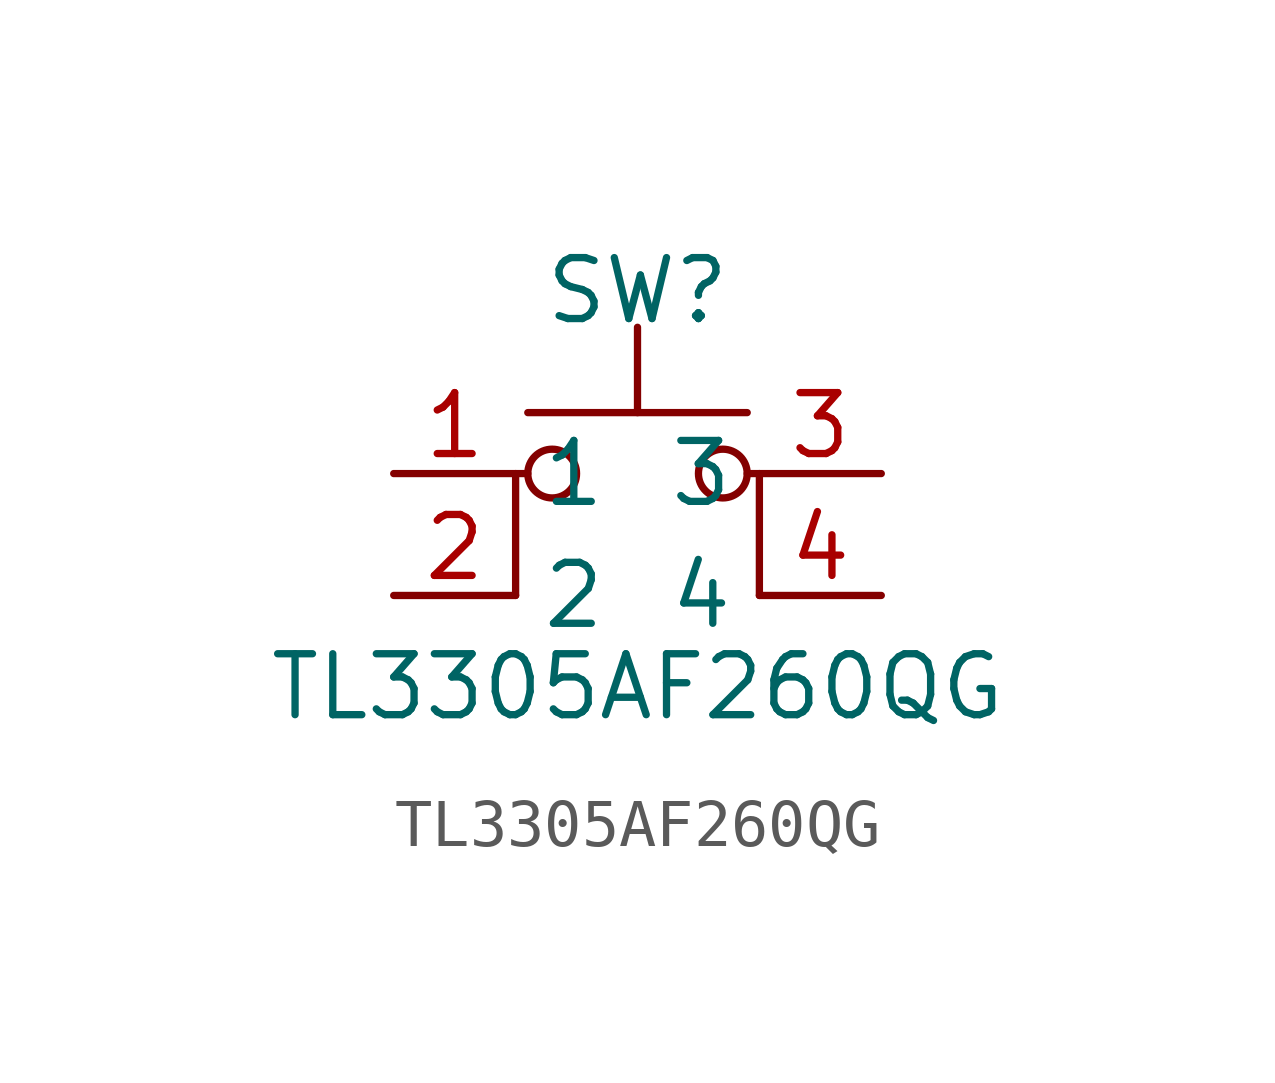
<source format=kicad_sym>
(kicad_symbol_lib
  (version 20220914)
  (generator kicad_symbol_editor)
  (symbol "TL3305AF260QG"
    (property "Reference" "SW"
      (at 0 5.08 0)
      (effects (font (size 1.27 1.27))))
    (property "Value" "TL3305AF260QG"
      (at 0 -3.175 0)
      (effects (font (size 1.27 1.27))))
    (symbol "TL3305AF260QG_0_1"
      (circle (center -1.778 1.27) (radius 0.508) (stroke (width 0) (type default)) (fill (type none)))
      (polyline (pts (xy -2.286 2.54) (xy 2.286 2.54)) (stroke (width 0) (type default)) (fill (type none)))
      (polyline (pts (xy 0 2.54) (xy 0 4.318)) (stroke (width 0) (type default)) (fill (type none)))
      (polyline (pts (xy -2.54 -1.27) (xy -2.54 1.27) (xy -2.286 1.27)) (stroke (width 0) (type default)) (fill (type none)))
      (polyline (pts (xy 2.54 -1.27) (xy 2.54 1.27) (xy 2.286 1.27)) (stroke (width 0) (type default)) (fill (type none)))
      (circle (center 1.778 1.27) (radius 0.508) (stroke (width 0) (type default)) (fill (type none)))
      (pin passive line (at -5.08 1.27 0) (length 2.54) (name "1" (effects (font (size 1.27 1.27)))) (number "1" (effects (font (size 1.27 1.27))))))
    (symbol "TL3305AF260QG_1_1"
      (pin passive line (at -5.08 -1.27 0) (length 2.54) (name "2" (effects (font (size 1.27 1.27)))) (number "2" (effects (font (size 1.27 1.27)))))
      (pin passive line (at 5.08 1.27 180) (length 2.54) (name "3" (effects (font (size 1.27 1.27)))) (number "3" (effects (font (size 1.27 1.27)))))
      (pin passive line (at 5.08 -1.27 180) (length 2.54) (name "4" (effects (font (size 1.27 1.27)))) (number "4" (effects (font (size 1.27 1.27))))))))
</source>
